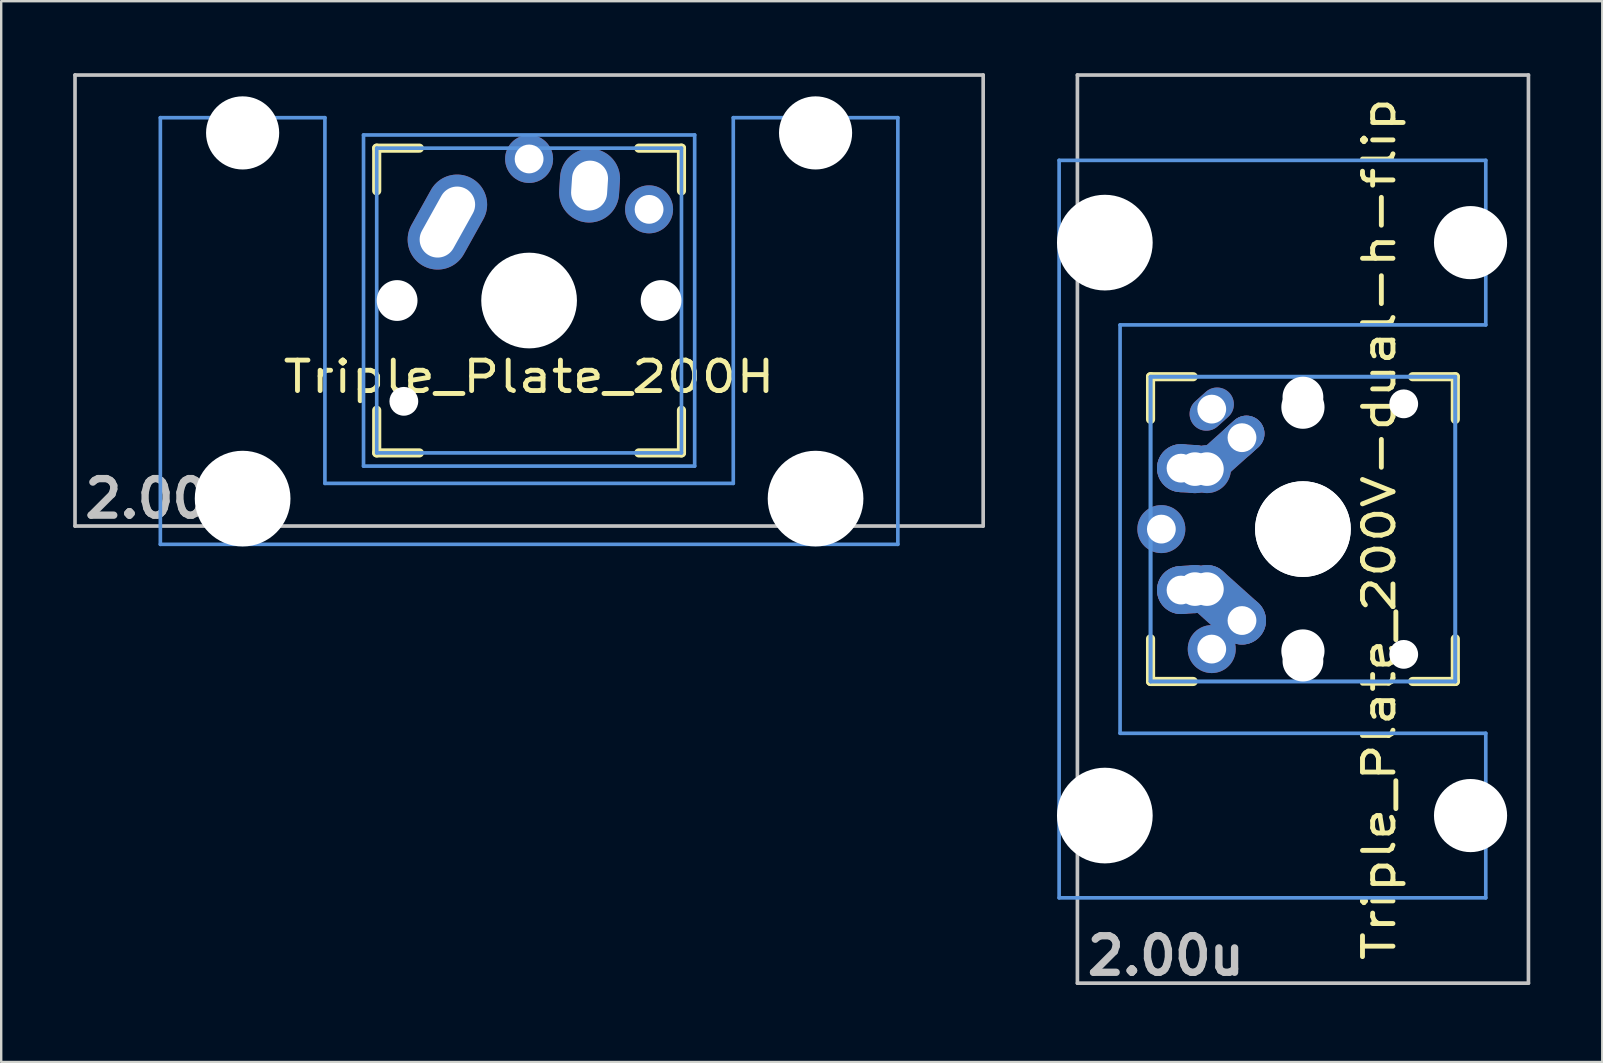
<source format=kicad_pcb>
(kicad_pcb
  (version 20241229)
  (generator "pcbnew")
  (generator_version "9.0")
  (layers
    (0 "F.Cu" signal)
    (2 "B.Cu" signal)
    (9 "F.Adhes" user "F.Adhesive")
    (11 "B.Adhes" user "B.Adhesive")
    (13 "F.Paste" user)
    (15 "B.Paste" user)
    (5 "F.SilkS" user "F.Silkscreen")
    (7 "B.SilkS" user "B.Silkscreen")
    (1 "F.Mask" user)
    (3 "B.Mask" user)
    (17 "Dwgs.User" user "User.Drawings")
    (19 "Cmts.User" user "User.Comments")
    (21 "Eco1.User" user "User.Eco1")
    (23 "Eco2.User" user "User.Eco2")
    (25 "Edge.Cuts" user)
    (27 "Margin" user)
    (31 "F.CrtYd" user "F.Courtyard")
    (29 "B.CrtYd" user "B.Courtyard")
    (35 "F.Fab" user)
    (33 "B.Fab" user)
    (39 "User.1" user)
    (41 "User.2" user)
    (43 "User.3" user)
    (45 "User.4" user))
  (footprint "Triple_Plate_200V-dual-h-flip"
    (layer "F.Cu")
    (at 51.247 18.999)
    (property "Reference" "Triple_Plate_200V-dual-h-flip" (at 3.175 0 90) (layer "F.SilkS") (effects (font (size 1.27 1.524) (thickness 0.203))))
    (attr through_hole)
    (fp_line (start -6.35 -6.35) (end -4.572 -6.35) (stroke (width 0.381) (type solid)) (layer "F.SilkS"))
    (fp_line (start -6.35 -4.572) (end -6.35 -6.35) (stroke (width 0.381) (type solid)) (layer "F.SilkS"))
    (fp_line (start -6.35 6.35) (end -6.35 4.572) (stroke (width 0.381) (type solid)) (layer "F.SilkS"))
    (fp_line (start -4.572 6.35) (end -6.35 6.35) (stroke (width 0.381) (type solid)) (layer "F.SilkS"))
    (fp_line (start 4.572 -6.35) (end 6.35 -6.35) (stroke (width 0.381) (type solid)) (layer "F.SilkS"))
    (fp_line (start 6.35 -6.35) (end 6.35 -4.572) (stroke (width 0.381) (type solid)) (layer "F.SilkS"))
    (fp_line (start 6.35 4.572) (end 6.35 6.35) (stroke (width 0.381) (type solid)) (layer "F.SilkS"))
    (fp_line (start 6.35 6.35) (end 4.572 6.35) (stroke (width 0.381) (type solid)) (layer "F.SilkS"))
    (fp_line (start -9.398 -18.923) (end 9.398 -18.923) (stroke (width 0.152) (type solid)) (layer "Dwgs.User"))
    (fp_line (start -9.398 18.923) (end -9.398 -18.923) (stroke (width 0.152) (type solid)) (layer "Dwgs.User"))
    (fp_line (start 9.398 -18.923) (end 9.398 18.923) (stroke (width 0.152) (type solid)) (layer "Dwgs.User"))
    (fp_line (start 9.398 18.923) (end -9.398 18.923) (stroke (width 0.152) (type solid)) (layer "Dwgs.User"))
    (fp_line (start -10.16 -15.367) (end -10.16 15.367) (stroke (width 0.152) (type solid)) (layer "Cmts.User"))
    (fp_line (start -10.16 15.367) (end 7.62 15.367) (stroke (width 0.152) (type solid)) (layer "Cmts.User"))
    (fp_line (start -7.62 -8.509) (end 7.62 -8.509) (stroke (width 0.152) (type solid)) (layer "Cmts.User"))
    (fp_line (start -7.62 8.509) (end -7.62 -8.509) (stroke (width 0.152) (type solid)) (layer "Cmts.User"))
    (fp_line (start -6.35 -6.35) (end 6.35 -6.35) (stroke (width 0.152) (type solid)) (layer "Cmts.User"))
    (fp_line (start -6.35 -6.35) (end 6.35 -6.35) (stroke (width 0.152) (type solid)) (layer "Cmts.User"))
    (fp_line (start -6.35 6.35) (end -6.35 -6.35) (stroke (width 0.152) (type solid)) (layer "Cmts.User"))
    (fp_line (start -6.35 6.35) (end -6.35 -6.35) (stroke (width 0.152) (type solid)) (layer "Cmts.User"))
    (fp_line (start 6.35 -6.35) (end 6.35 6.35) (stroke (width 0.152) (type solid)) (layer "Cmts.User"))
    (fp_line (start 6.35 -6.35) (end 6.35 6.35) (stroke (width 0.152) (type solid)) (layer "Cmts.User"))
    (fp_line (start 6.35 6.35) (end -6.35 6.35) (stroke (width 0.152) (type solid)) (layer "Cmts.User"))
    (fp_line (start 6.35 6.35) (end -6.35 6.35) (stroke (width 0.152) (type solid)) (layer "Cmts.User"))
    (fp_line (start 7.62 -15.367) (end -10.16 -15.367) (stroke (width 0.152) (type solid)) (layer "Cmts.User"))
    (fp_line (start 7.62 -8.509) (end 7.62 -15.367) (stroke (width 0.152) (type solid)) (layer "Cmts.User"))
    (fp_line (start 7.62 8.509) (end -7.62 8.509) (stroke (width 0.152) (type solid)) (layer "Cmts.User"))
    (fp_line (start 7.62 15.367) (end 7.62 8.509) (stroke (width 0.152) (type solid)) (layer "Cmts.User"))
    (fp_line (start -7.772 -14.224) (end -6.604 -14.224) (stroke (width 0.152) (type solid)) (layer "Eco2.User"))
    (fp_line (start -7.772 -9.652) (end -7.772 -14.224) (stroke (width 0.152) (type solid)) (layer "Eco2.User"))
    (fp_line (start -7.772 9.652) (end -6.604 9.652) (stroke (width 0.152) (type solid)) (layer "Eco2.User"))
    (fp_line (start -7.772 14.224) (end -7.772 9.652) (stroke (width 0.152) (type solid)) (layer "Eco2.User"))
    (fp_line (start -7.5 -7.5) (end 7.5 -7.5) (stroke (width 0.152) (type solid)) (layer "Eco2.User"))
    (fp_line (start -7.5 7.5) (end -7.5 -7.5) (stroke (width 0.152) (type solid)) (layer "Eco2.User"))
    (fp_line (start -6.985 -6.985) (end -5.817 -6.985) (stroke (width 0.152) (type solid)) (layer "Eco2.User"))
    (fp_line (start -6.985 -6.985) (end 6.985 -6.985) (stroke (width 0.152) (type solid)) (layer "Eco2.User"))
    (fp_line (start -6.985 6.985) (end -6.985 -6.985) (stroke (width 0.152) (type solid)) (layer "Eco2.User"))
    (fp_line (start -6.985 6.985) (end -6.985 -6.985) (stroke (width 0.152) (type solid)) (layer "Eco2.User"))
    (fp_line (start -6.604 -15.265) (end -0.508 -15.265) (stroke (width 0.152) (type solid)) (layer "Eco2.User"))
    (fp_line (start -6.604 -14.224) (end -6.604 -15.265) (stroke (width 0.152) (type solid)) (layer "Eco2.User"))
    (fp_line (start -6.604 -9.652) (end -7.772 -9.652) (stroke (width 0.152) (type solid)) (layer "Eco2.User"))
    (fp_line (start -6.604 -8.611) (end -6.604 -9.652) (stroke (width 0.152) (type solid)) (layer "Eco2.User"))
    (fp_line (start -6.604 8.611) (end -5.817 8.611) (stroke (width 0.152) (type solid)) (layer "Eco2.User"))
    (fp_line (start -6.604 9.652) (end -6.604 8.611) (stroke (width 0.152) (type solid)) (layer "Eco2.User"))
    (fp_line (start -6.604 14.224) (end -7.772 14.224) (stroke (width 0.152) (type solid)) (layer "Eco2.User"))
    (fp_line (start -6.604 15.265) (end -6.604 14.224) (stroke (width 0.152) (type solid)) (layer "Eco2.User"))
    (fp_line (start -5.817 -8.611) (end -6.604 -8.611) (stroke (width 0.152) (type solid)) (layer "Eco2.User"))
    (fp_line (start -5.817 -6.985) (end -5.817 -8.611) (stroke (width 0.152) (type solid)) (layer "Eco2.User"))
    (fp_line (start -5.817 6.985) (end -6.985 6.985) (stroke (width 0.152) (type solid)) (layer "Eco2.User"))
    (fp_line (start -5.817 8.611) (end -5.817 6.985) (stroke (width 0.152) (type solid)) (layer "Eco2.User"))
    (fp_line (start -0.508 -16.129) (end 2.286 -16.129) (stroke (width 0.152) (type solid)) (layer "Eco2.User"))
    (fp_line (start -0.508 -15.265) (end -0.508 -16.129) (stroke (width 0.152) (type solid)) (layer "Eco2.User"))
    (fp_line (start -0.508 15.265) (end -6.604 15.265) (stroke (width 0.152) (type solid)) (layer "Eco2.User"))
    (fp_line (start -0.508 16.129) (end -0.508 15.265) (stroke (width 0.152) (type solid)) (layer "Eco2.User"))
    (fp_line (start 2.286 -16.129) (end 2.286 -15.265) (stroke (width 0.152) (type solid)) (layer "Eco2.User"))
    (fp_line (start 2.286 -15.265) (end 5.69 -15.265) (stroke (width 0.152) (type solid)) (layer "Eco2.User"))
    (fp_line (start 2.286 15.265) (end 2.286 16.129) (stroke (width 0.152) (type solid)) (layer "Eco2.User"))
    (fp_line (start 2.286 16.129) (end -0.508 16.129) (stroke (width 0.152) (type solid)) (layer "Eco2.User"))
    (fp_line (start 4.877 -8.611) (end 4.877 -6.985) (stroke (width 0.152) (type solid)) (layer "Eco2.User"))
    (fp_line (start 4.877 -6.985) (end 6.985 -6.985) (stroke (width 0.152) (type solid)) (layer "Eco2.User"))
    (fp_line (start 4.877 6.985) (end 4.877 8.611) (stroke (width 0.152) (type solid)) (layer "Eco2.User"))
    (fp_line (start 4.877 8.611) (end 5.69 8.611) (stroke (width 0.152) (type solid)) (layer "Eco2.User"))
    (fp_line (start 5.69 -15.265) (end 5.69 -8.611) (stroke (width 0.152) (type solid)) (layer "Eco2.User"))
    (fp_line (start 5.69 -8.611) (end 4.877 -8.611) (stroke (width 0.152) (type solid)) (layer "Eco2.User"))
    (fp_line (start 5.69 8.611) (end 5.69 15.265) (stroke (width 0.152) (type solid)) (layer "Eco2.User"))
    (fp_line (start 5.69 15.265) (end 2.286 15.265) (stroke (width 0.152) (type solid)) (layer "Eco2.User"))
    (fp_line (start 6.985 -6.985) (end 6.985 6.985) (stroke (width 0.152) (type solid)) (layer "Eco2.User"))
    (fp_line (start 6.985 -6.985) (end 6.985 6.985) (stroke (width 0.152) (type solid)) (layer "Eco2.User"))
    (fp_line (start 6.985 6.985) (end -6.985 6.985) (stroke (width 0.152) (type solid)) (layer "Eco2.User"))
    (fp_line (start 6.985 6.985) (end 4.877 6.985) (stroke (width 0.152) (type solid)) (layer "Eco2.User"))
    (fp_line (start 7.5 -7.5) (end 7.5 7.5) (stroke (width 0.152) (type solid)) (layer "Eco2.User"))
    (fp_line (start 7.5 7.5) (end -7.5 7.5) (stroke (width 0.152) (type solid)) (layer "Eco2.User"))
    (fp_text user "2.00u" (at -5.715 17.78 180) (layer "Dwgs.User") (effects (font (size 1.524 1.524) (thickness 0.305))))
    (pad "" np_thru_hole circle (at -8.255 -11.938 270) (size 3.988 3.988) (drill 3.988) (layers "*.Cu"))
    (pad "" np_thru_hole circle (at -8.255 11.938 270) (size 3.988 3.988) (drill 3.988) (layers "*.Cu"))
    (pad "" np_thru_hole circle (at 0 -5.5 90) (size 1.7 1.7) (drill 1.7) (layers "*.Cu"))
    (pad "" np_thru_hole circle (at 0 -5.08 90) (size 1.8 1.8) (drill 1.8) (layers "*.Cu"))
    (pad "" np_thru_hole circle (at 0 0 90) (size 3.988 3.988) (drill 3.988) (layers "*.Cu"))
    (pad "" np_thru_hole circle (at 0 0 90) (size 3.988 3.988) (drill 3.988) (layers "*.Cu"))
    (pad "" np_thru_hole circle (at 0 5.08 90) (size 1.8 1.8) (drill 1.8) (layers "*.Cu"))
    (pad "" np_thru_hole circle (at 0 5.5 90) (size 1.7 1.7) (drill 1.7) (layers "*.Cu"))
    (pad "" np_thru_hole circle (at 4.2 -5.22 90) (size 1.2 1.2) (drill 1.2) (layers "*.Cu"))
    (pad "" np_thru_hole circle (at 4.2 5.22 90) (size 1.2 1.2) (drill 1.2) (layers "*.Cu"))
    (pad "" np_thru_hole circle (at 6.985 -11.938 270) (size 3.048 3.048) (drill 3.048) (layers "*.Cu"))
    (pad "" np_thru_hole circle (at 6.985 11.938 270) (size 3.048 3.048) (drill 3.048) (layers "*.Cu"))
    (pad "1" thru_hole circle (at -5.08 2.54 60.95) (size 2 2) (drill 1.2) (layers "*.Cu" "*.Mask"))
    (pad "1" smd oval (at -4.79 2.52 93.945) (size 2 2.581) (layers "F.Cu" "F.Mask" "F.Paste"))
    (pad "1" smd oval (at -4.79 2.52 93.945) (size 2 2.581) (layers "B.Cu" "B.Mask" "B.Paste"))
    (pad "1" thru_hole circle (at -4.5 2.5 60.95) (size 2 2) (drill 1.4) (layers "*.Cu" "*.Mask"))
    (pad "1" thru_hole circle (at -4 2.5 60.95) (size 2 2) (drill 1.4) (layers "*.Cu" "*.Mask"))
    (pad "1" thru_hole oval (at -3.8 -5 311.9) (size 1.4 2) (drill 1.2) (layers "*.Cu" "*.Mask"))
    (pad "1" thru_hole circle (at -3.8 5 228.1) (size 2 2) (drill 1.2) (layers "*.Cu" "*.Mask"))
    (pad "1" smd oval (at -3.27 3.155 228.1) (size 2 3.962) (layers "F.Cu" "F.Mask" "F.Paste"))
    (pad "1" smd oval (at -3.27 3.155 228.1) (size 2 3.962) (layers "B.Cu" "B.Mask" "B.Paste"))
    (pad "1" thru_hole circle (at -2.54 3.81 90) (size 2 2) (drill oval 1.2) (layers "*.Cu" "*.Mask"))
    (pad "2" thru_hole circle (at -5.9 0 90) (size 2 2) (drill 1.2) (layers "*.Cu" "*.Mask"))
    (pad "2" thru_hole circle (at -5.08 -2.54 60.95) (size 2 2) (drill 1.2) (layers "*.Cu" "*.Mask"))
    (pad "2" smd oval (at -4.79 -2.52 86.055) (size 2 2.581) (layers "F.Cu" "F.Mask" "F.Paste"))
    (pad "2" smd oval (at -4.79 -2.52 86.055) (size 2 2.581) (layers "B.Cu" "B.Mask" "B.Paste"))
    (pad "2" thru_hole circle (at -4.5 -2.5 60.95) (size 2 2) (drill 1.4) (layers "*.Cu" "*.Mask"))
    (pad "2" thru_hole circle (at -4 -2.5 90) (size 2 2) (drill 1.4) (layers "*.Cu" "*.Mask"))
    (pad "2" smd oval (at -3.27 -3.155 311.9) (size 1.5 3.962) (layers "F.Cu" "F.Mask" "F.Paste"))
    (pad "2" smd oval (at -3.27 -3.155 311.9) (size 1.5 3.962) (layers "B.Cu" "B.Mask" "B.Paste"))
    (pad "2" thru_hole oval (at -2.54 -3.81 41.9) (size 2 1.5) (drill 1.2) (layers "*.Cu" "*.Mask")))
  (footprint "Triple_Plate_200H"
    (layer "F.Cu")
    (at 18.999 9.474)
    (property "Reference" "Triple_Plate_200H" (at 0 3.175 0) (layer "F.SilkS") (effects (font (size 1.27 1.524) (thickness 0.203))))
    (attr through_hole)
    (fp_line (start -6.35 -6.35) (end -4.572 -6.35) (stroke (width 0.381) (type solid)) (layer "F.SilkS"))
    (fp_line (start -6.35 -4.572) (end -6.35 -6.35) (stroke (width 0.381) (type solid)) (layer "F.SilkS"))
    (fp_line (start -6.35 6.35) (end -6.35 4.572) (stroke (width 0.381) (type solid)) (layer "F.SilkS"))
    (fp_line (start -4.572 6.35) (end -6.35 6.35) (stroke (width 0.381) (type solid)) (layer "F.SilkS"))
    (fp_line (start 4.572 -6.35) (end 6.35 -6.35) (stroke (width 0.381) (type solid)) (layer "F.SilkS"))
    (fp_line (start 6.35 -6.35) (end 6.35 -4.572) (stroke (width 0.381) (type solid)) (layer "F.SilkS"))
    (fp_line (start 6.35 4.572) (end 6.35 6.35) (stroke (width 0.381) (type solid)) (layer "F.SilkS"))
    (fp_line (start 6.35 6.35) (end 4.572 6.35) (stroke (width 0.381) (type solid)) (layer "F.SilkS"))
    (fp_line (start -18.923 -9.398) (end 18.923 -9.398) (stroke (width 0.152) (type solid)) (layer "Dwgs.User"))
    (fp_line (start -18.923 9.398) (end -18.923 -9.398) (stroke (width 0.152) (type solid)) (layer "Dwgs.User"))
    (fp_line (start 18.923 -9.398) (end 18.923 9.398) (stroke (width 0.152) (type solid)) (layer "Dwgs.User"))
    (fp_line (start 18.923 9.398) (end -18.923 9.398) (stroke (width 0.152) (type solid)) (layer "Dwgs.User"))
    (fp_line (start -15.367 -7.62) (end -15.367 10.16) (stroke (width 0.152) (type solid)) (layer "Cmts.User"))
    (fp_line (start -15.367 10.16) (end 15.367 10.16) (stroke (width 0.152) (type solid)) (layer "Cmts.User"))
    (fp_line (start -8.509 -7.62) (end -15.367 -7.62) (stroke (width 0.152) (type solid)) (layer "Cmts.User"))
    (fp_line (start -8.509 7.62) (end -8.509 -7.62) (stroke (width 0.152) (type solid)) (layer "Cmts.User"))
    (fp_line (start -6.9 -6.9) (end 6.9 -6.9) (stroke (width 0.152) (type solid)) (layer "Cmts.User"))
    (fp_line (start -6.9 6.9) (end -6.9 -6.9) (stroke (width 0.152) (type solid)) (layer "Cmts.User"))
    (fp_line (start -6.35 -6.35) (end 6.35 -6.35) (stroke (width 0.152) (type solid)) (layer "Cmts.User"))
    (fp_line (start -6.35 6.35) (end -6.35 -6.35) (stroke (width 0.152) (type solid)) (layer "Cmts.User"))
    (fp_line (start 6.35 -6.35) (end 6.35 6.35) (stroke (width 0.152) (type solid)) (layer "Cmts.User"))
    (fp_line (start 6.35 6.35) (end -6.35 6.35) (stroke (width 0.152) (type solid)) (layer "Cmts.User"))
    (fp_line (start 6.9 -6.9) (end 6.9 6.9) (stroke (width 0.152) (type solid)) (layer "Cmts.User"))
    (fp_line (start 6.9 6.9) (end -6.9 6.9) (stroke (width 0.152) (type solid)) (layer "Cmts.User"))
    (fp_line (start 8.509 -7.62) (end 8.509 7.62) (stroke (width 0.152) (type solid)) (layer "Cmts.User"))
    (fp_line (start 8.509 7.62) (end -8.509 7.62) (stroke (width 0.152) (type solid)) (layer "Cmts.User"))
    (fp_line (start 15.367 -7.62) (end 8.509 -7.62) (stroke (width 0.152) (type solid)) (layer "Cmts.User"))
    (fp_line (start 15.367 10.16) (end 15.367 -7.62) (stroke (width 0.152) (type solid)) (layer "Cmts.User"))
    (fp_line (start -16.129 -2.286) (end -15.265 -2.286) (stroke (width 0.152) (type solid)) (layer "Eco2.User"))
    (fp_line (start -16.129 0.508) (end -16.129 -2.286) (stroke (width 0.152) (type solid)) (layer "Eco2.User"))
    (fp_line (start -15.265 -5.69) (end -8.611 -5.69) (stroke (width 0.152) (type solid)) (layer "Eco2.User"))
    (fp_line (start -15.265 -2.286) (end -15.265 -5.69) (stroke (width 0.152) (type solid)) (layer "Eco2.User"))
    (fp_line (start -15.265 0.508) (end -16.129 0.508) (stroke (width 0.152) (type solid)) (layer "Eco2.User"))
    (fp_line (start -15.265 6.604) (end -15.265 0.508) (stroke (width 0.152) (type solid)) (layer "Eco2.User"))
    (fp_line (start -14.224 6.604) (end -15.265 6.604) (stroke (width 0.152) (type solid)) (layer "Eco2.User"))
    (fp_line (start -14.224 7.772) (end -14.224 6.604) (stroke (width 0.152) (type solid)) (layer "Eco2.User"))
    (fp_line (start -9.652 6.604) (end -9.652 7.772) (stroke (width 0.152) (type solid)) (layer "Eco2.User"))
    (fp_line (start -9.652 7.772) (end -14.224 7.772) (stroke (width 0.152) (type solid)) (layer "Eco2.User"))
    (fp_line (start -8.611 -5.69) (end -8.611 -4.877) (stroke (width 0.152) (type solid)) (layer "Eco2.User"))
    (fp_line (start -8.611 -4.877) (end -6.985 -4.877) (stroke (width 0.152) (type solid)) (layer "Eco2.User"))
    (fp_line (start -8.611 5.817) (end -8.611 6.604) (stroke (width 0.152) (type solid)) (layer "Eco2.User"))
    (fp_line (start -8.611 6.604) (end -9.652 6.604) (stroke (width 0.152) (type solid)) (layer "Eco2.User"))
    (fp_line (start -7.5 -7.5) (end 7.5 -7.5) (stroke (width 0.152) (type solid)) (layer "Eco2.User"))
    (fp_line (start -7.5 7.5) (end -7.5 -7.5) (stroke (width 0.152) (type solid)) (layer "Eco2.User"))
    (fp_line (start -6.985 -6.985) (end 6.985 -6.985) (stroke (width 0.152) (type solid)) (layer "Eco2.User"))
    (fp_line (start -6.985 -4.877) (end -6.985 -6.985) (stroke (width 0.152) (type solid)) (layer "Eco2.User"))
    (fp_line (start -6.985 5.817) (end -8.611 5.817) (stroke (width 0.152) (type solid)) (layer "Eco2.User"))
    (fp_line (start -6.985 6.985) (end -6.985 5.817) (stroke (width 0.152) (type solid)) (layer "Eco2.User"))
    (fp_line (start 6.985 -6.985) (end 6.985 -4.877) (stroke (width 0.152) (type solid)) (layer "Eco2.User"))
    (fp_line (start 6.985 -4.877) (end 8.611 -4.877) (stroke (width 0.152) (type solid)) (layer "Eco2.User"))
    (fp_line (start 6.985 5.817) (end 6.985 6.985) (stroke (width 0.152) (type solid)) (layer "Eco2.User"))
    (fp_line (start 6.985 6.985) (end -6.985 6.985) (stroke (width 0.152) (type solid)) (layer "Eco2.User"))
    (fp_line (start 7.5 -7.5) (end 7.5 7.5) (stroke (width 0.152) (type solid)) (layer "Eco2.User"))
    (fp_line (start 7.5 7.5) (end -7.5 7.5) (stroke (width 0.152) (type solid)) (layer "Eco2.User"))
    (fp_line (start 8.611 -5.69) (end 15.265 -5.69) (stroke (width 0.152) (type solid)) (layer "Eco2.User"))
    (fp_line (start 8.611 -4.877) (end 8.611 -5.69) (stroke (width 0.152) (type solid)) (layer "Eco2.User"))
    (fp_line (start 8.611 5.817) (end 6.985 5.817) (stroke (width 0.152) (type solid)) (layer "Eco2.User"))
    (fp_line (start 8.611 6.604) (end 8.611 5.817) (stroke (width 0.152) (type solid)) (layer "Eco2.User"))
    (fp_line (start 9.652 6.604) (end 8.611 6.604) (stroke (width 0.152) (type solid)) (layer "Eco2.User"))
    (fp_line (start 9.652 7.772) (end 9.652 6.604) (stroke (width 0.152) (type solid)) (layer "Eco2.User"))
    (fp_line (start 14.224 6.604) (end 14.224 7.772) (stroke (width 0.152) (type solid)) (layer "Eco2.User"))
    (fp_line (start 14.224 7.772) (end 9.652 7.772) (stroke (width 0.152) (type solid)) (layer "Eco2.User"))
    (fp_line (start 15.265 -5.69) (end 15.265 -2.286) (stroke (width 0.152) (type solid)) (layer "Eco2.User"))
    (fp_line (start 15.265 -2.286) (end 16.129 -2.286) (stroke (width 0.152) (type solid)) (layer "Eco2.User"))
    (fp_line (start 15.265 0.508) (end 15.265 6.604) (stroke (width 0.152) (type solid)) (layer "Eco2.User"))
    (fp_line (start 15.265 6.604) (end 14.224 6.604) (stroke (width 0.152) (type solid)) (layer "Eco2.User"))
    (fp_line (start 16.129 -2.286) (end 16.129 0.508) (stroke (width 0.152) (type solid)) (layer "Eco2.User"))
    (fp_line (start 16.129 0.508) (end 15.265 0.508) (stroke (width 0.152) (type solid)) (layer "Eco2.User"))
    (fp_text user "2.00u" (at -15.24 8.255 0) (layer "Dwgs.User") (effects (font (size 1.524 1.524) (thickness 0.305))))
    (pad "" np_thru_hole circle (at -11.938 -6.985) (size 3.048 3.048) (drill 3.048) (layers "*.Cu"))
    (pad "" np_thru_hole circle (at -11.938 8.255) (size 3.988 3.988) (drill 3.988) (layers "*.Cu"))
    (pad "" np_thru_hole circle (at -5.5 0) (size 1.7 1.7) (drill 1.7) (layers "*.Cu"))
    (pad "" np_thru_hole circle (at -5.22 4.2) (size 1.2 1.2) (drill 1.2) (layers "*.Cu"))
    (pad "" np_thru_hole circle (at 0 0) (size 3.4 3.4) (drill 3.4) (layers "*.Cu"))
    (pad "" np_thru_hole circle (at 0 0) (size 3.988 3.988) (drill 3.988) (layers "*.Cu"))
    (pad "" np_thru_hole circle (at 5.5 0) (size 1.7 1.7) (drill 1.7) (layers "*.Cu"))
    (pad "" np_thru_hole circle (at 11.938 -6.985) (size 3.048 3.048) (drill 3.048) (layers "*.Cu"))
    (pad "" np_thru_hole circle (at 11.938 8.255) (size 3.988 3.988) (drill 3.988) (layers "*.Cu"))
    (pad "1" thru_hole oval (at -3.405 -3.27 330.9) (size 2.5 4.17) (drill oval 1.5 3.17) (layers "*.Cu" "*.Mask"))
    (pad "1" thru_hole circle (at 0 -5.9) (size 2 2) (drill 1.2) (layers "*.Cu" "*.Mask"))
    (pad "2" thru_hole oval (at 2.52 -4.79 356.1) (size 2.5 3.08) (drill oval 1.5 2.08) (layers "*.Cu" "*.Mask"))
    (pad "2" thru_hole circle (at 5 -3.8 221.9) (size 2 2) (drill 1.2) (layers "*.Cu" "*.Mask")))
  (gr_rect
    (start -3 -3)
    (end 63.721 41.206)
    (stroke (width 0.1) (type default))
    (fill no)
    (layer "Edge.Cuts")))
</source>
